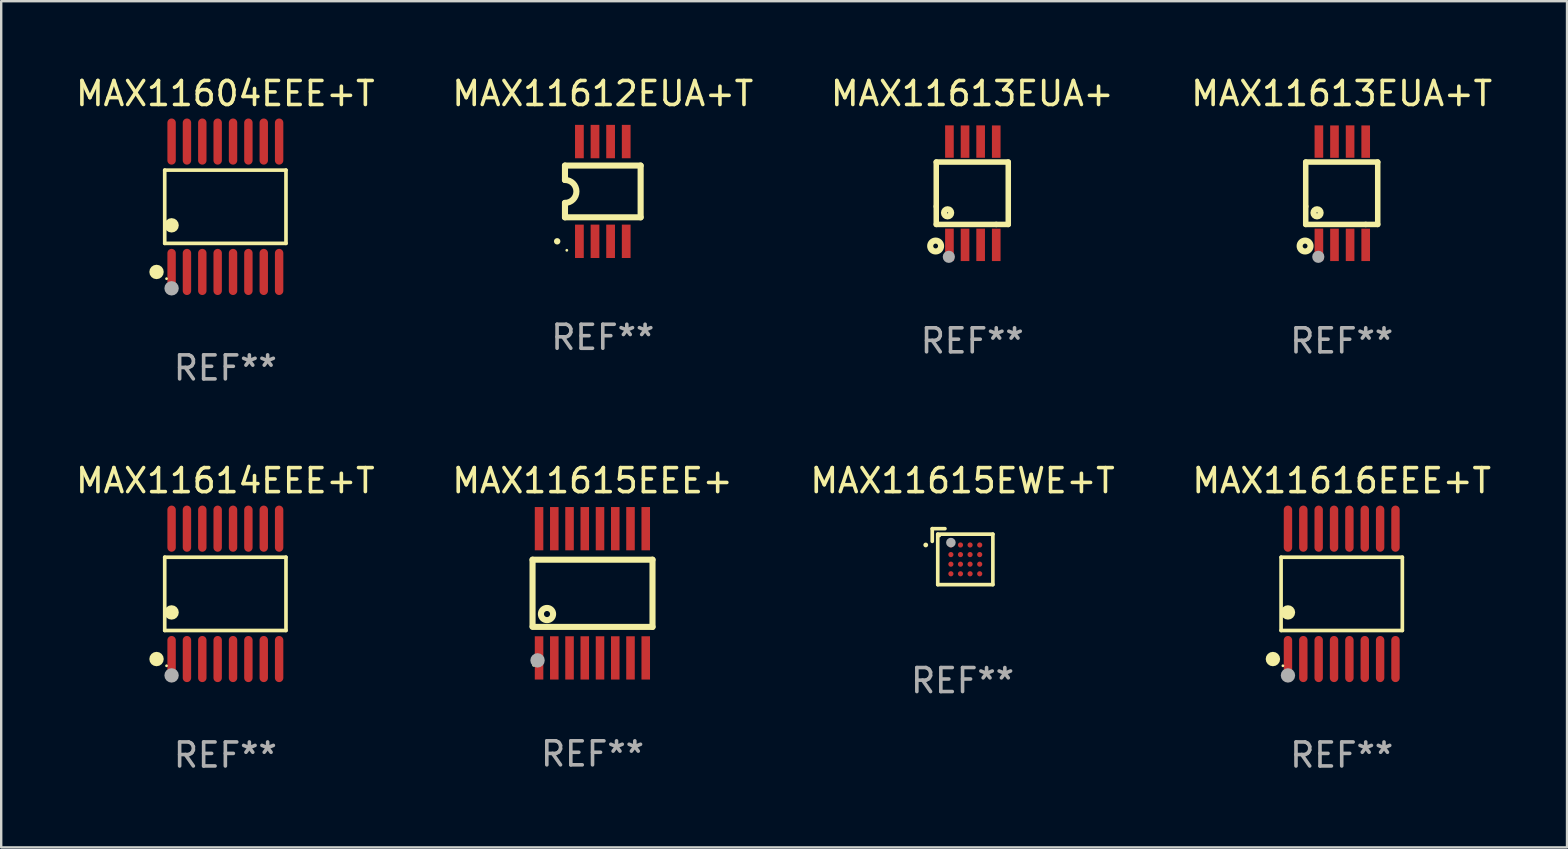
<source format=kicad_pcb>
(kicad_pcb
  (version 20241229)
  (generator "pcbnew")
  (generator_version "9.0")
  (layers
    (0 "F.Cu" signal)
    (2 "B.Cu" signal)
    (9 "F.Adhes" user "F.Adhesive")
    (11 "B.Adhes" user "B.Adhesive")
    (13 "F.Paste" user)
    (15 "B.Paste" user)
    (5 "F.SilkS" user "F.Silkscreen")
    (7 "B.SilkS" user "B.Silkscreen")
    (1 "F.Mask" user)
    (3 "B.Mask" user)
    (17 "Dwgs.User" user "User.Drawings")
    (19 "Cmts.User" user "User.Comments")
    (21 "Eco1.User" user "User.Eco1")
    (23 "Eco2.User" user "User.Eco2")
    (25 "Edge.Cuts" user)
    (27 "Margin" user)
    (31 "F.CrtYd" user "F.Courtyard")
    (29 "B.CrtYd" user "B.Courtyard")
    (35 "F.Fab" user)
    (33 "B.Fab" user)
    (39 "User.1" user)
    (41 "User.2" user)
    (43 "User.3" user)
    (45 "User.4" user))
  (footprint "MAX11613EUA+T"
    (layer "F.Cu")
    (at 52.851 5)
    (property "Reference" "MAX11613EUA+T" (at 0 -4.152 0) (layer "F.SilkS") (effects (font (size 1 1) (thickness 0.15))))
    (attr through_hole)
    (fp_line (start -1.5 1.301) (end 1 1.301) (stroke (width 0.229) (type solid)) (layer "F.SilkS"))
    (fp_line (start -1.5 -1.299) (end -1.5 0.551) (stroke (width 0.229) (type solid)) (layer "F.SilkS"))
    (fp_line (start -1.5 0.551) (end -1.5 1.301) (stroke (width 0.229) (type solid)) (layer "F.SilkS"))
    (fp_line (start 1 1.301) (end 1.5 1.301) (stroke (width 0.229) (type solid)) (layer "F.SilkS"))
    (fp_line (start 1.5 1.301) (end 1.5 -1.299) (stroke (width 0.229) (type solid)) (layer "F.SilkS"))
    (fp_line (start 1.5 -1.299) (end -1.5 -1.299) (stroke (width 0.229) (type solid)) (layer "F.SilkS"))
    (fp_circle (center -1.526 2.2) (end -1.426 2.2) (stroke (width 0.254) (type solid)) (fill no) (layer "F.SilkS"))
    (fp_circle (center -1.476 2.45) (end -1.446 2.45) (stroke (width 0.06) (type solid)) (fill no) (layer "F.SilkS"))
    (fp_circle (center -1.028 0.817) (end -0.878 0.817) (stroke (width 0.254) (type solid)) (fill no) (layer "F.SilkS"))
    (fp_circle (center -0.976 2.65) (end -0.849 2.65) (stroke (width 0.254) (type solid)) (fill no) (layer "F.Fab"))
    (fp_text user "REF**" (at 0 6.152 0) (layer "F.Fab") (effects (font (size 1 1) (thickness 0.15))))
    (pad "1" smd rect (at -0.951 2.15) (size 0.36 1.35) (layers "F.Cu" "F.Mask" "F.Paste"))
    (pad "2" smd rect (at -0.301 2.152) (size 0.36 1.35) (layers "F.Cu" "F.Mask" "F.Paste"))
    (pad "3" smd rect (at 0.349 2.151) (size 0.36 1.35) (layers "F.Cu" "F.Mask" "F.Paste"))
    (pad "4" smd rect (at 0.999 2.152) (size 0.36 1.35) (layers "F.Cu" "F.Mask" "F.Paste"))
    (pad "5" smd rect (at 0.999 -2.149) (size 0.36 1.35) (layers "F.Cu" "F.Mask" "F.Paste"))
    (pad "6" smd rect (at 0.349 -2.152) (size 0.36 1.35) (layers "F.Cu" "F.Mask" "F.Paste"))
    (pad "7" smd rect (at -0.301 -2.149) (size 0.36 1.35) (layers "F.Cu" "F.Mask" "F.Paste"))
    (pad "8" smd rect (at -0.951 -2.152) (size 0.36 1.35) (layers "F.Cu" "F.Mask" "F.Paste")))
  (footprint "MAX11616EEE+T"
    (layer "F.Cu")
    (at 52.851 21.692)
    (property "Reference" "MAX11616EEE+T" (at 0 -4.716 0) (layer "F.SilkS") (effects (font (size 1 1) (thickness 0.15))))
    (attr through_hole)
    (fp_line (start -2.526 -1.526) (end 2.526 -1.526) (stroke (width 0.152) (type solid)) (layer "F.SilkS"))
    (fp_line (start -2.526 1.526) (end -2.526 -1.526) (stroke (width 0.152) (type solid)) (layer "F.SilkS"))
    (fp_line (start 2.526 -1.526) (end 2.526 1.526) (stroke (width 0.152) (type solid)) (layer "F.SilkS"))
    (fp_line (start 2.526 1.526) (end -2.526 1.526) (stroke (width 0.152) (type solid)) (layer "F.SilkS"))
    (fp_circle (center -2.867 2.716) (end -2.717 2.716) (stroke (width 0.3) (type solid)) (fill no) (layer "F.SilkS"))
    (fp_circle (center -2.45 2.997) (end -2.42 2.997) (stroke (width 0.06) (type solid)) (fill no) (layer "F.SilkS"))
    (fp_circle (center -2.24 0.774) (end -2.09 0.774) (stroke (width 0.3) (type solid)) (fill no) (layer "F.SilkS"))
    (fp_circle (center -2.24 3.398) (end -2.09 3.398) (stroke (width 0.3) (type solid)) (fill no) (layer "F.Fab"))
    (fp_text user "REF**" (at 0 6.716 0) (layer "F.Fab") (effects (font (size 1 1) (thickness 0.15))))
    (pad "1" smd oval (at -2.24 2.716) (size 0.35 1.922) (layers "F.Cu" "F.Mask" "F.Paste"))
    (pad "2" smd oval (at -1.6 2.716) (size 0.35 1.922) (layers "F.Cu" "F.Mask" "F.Paste"))
    (pad "3" smd oval (at -0.96 2.716) (size 0.35 1.922) (layers "F.Cu" "F.Mask" "F.Paste"))
    (pad "4" smd oval (at -0.32 2.716) (size 0.35 1.922) (layers "F.Cu" "F.Mask" "F.Paste"))
    (pad "5" smd oval (at 0.32 2.716) (size 0.35 1.922) (layers "F.Cu" "F.Mask" "F.Paste"))
    (pad "6" smd oval (at 0.96 2.716) (size 0.35 1.922) (layers "F.Cu" "F.Mask" "F.Paste"))
    (pad "7" smd oval (at 1.6 2.716) (size 0.35 1.922) (layers "F.Cu" "F.Mask" "F.Paste"))
    (pad "8" smd oval (at 2.24 2.716) (size 0.35 1.922) (layers "F.Cu" "F.Mask" "F.Paste"))
    (pad "9" smd oval (at 2.24 -2.716) (size 0.35 1.922) (layers "F.Cu" "F.Mask" "F.Paste"))
    (pad "10" smd oval (at 1.6 -2.716) (size 0.35 1.922) (layers "F.Cu" "F.Mask" "F.Paste"))
    (pad "11" smd oval (at 0.96 -2.716) (size 0.35 1.922) (layers "F.Cu" "F.Mask" "F.Paste"))
    (pad "12" smd oval (at 0.32 -2.716) (size 0.35 1.922) (layers "F.Cu" "F.Mask" "F.Paste"))
    (pad "13" smd oval (at -0.32 -2.716) (size 0.35 1.922) (layers "F.Cu" "F.Mask" "F.Paste"))
    (pad "14" smd oval (at -0.96 -2.716) (size 0.35 1.922) (layers "F.Cu" "F.Mask" "F.Paste"))
    (pad "15" smd oval (at -1.6 -2.716) (size 0.35 1.922) (layers "F.Cu" "F.Mask" "F.Paste"))
    (pad "16" smd oval (at -2.24 -2.716) (size 0.35 1.922) (layers "F.Cu" "F.Mask" "F.Paste")))
  (footprint "MAX11614EEE+T"
    (layer "F.Cu")
    (at 6.339 21.692)
    (property "Reference" "MAX11614EEE+T" (at 0 -4.716 0) (layer "F.SilkS") (effects (font (size 1 1) (thickness 0.15))))
    (attr through_hole)
    (fp_line (start -2.526 -1.526) (end 2.526 -1.526) (stroke (width 0.152) (type solid)) (layer "F.SilkS"))
    (fp_line (start -2.526 1.526) (end -2.526 -1.526) (stroke (width 0.152) (type solid)) (layer "F.SilkS"))
    (fp_line (start 2.526 -1.526) (end 2.526 1.526) (stroke (width 0.152) (type solid)) (layer "F.SilkS"))
    (fp_line (start 2.526 1.526) (end -2.526 1.526) (stroke (width 0.152) (type solid)) (layer "F.SilkS"))
    (fp_circle (center -2.867 2.716) (end -2.717 2.716) (stroke (width 0.3) (type solid)) (fill no) (layer "F.SilkS"))
    (fp_circle (center -2.45 2.997) (end -2.42 2.997) (stroke (width 0.06) (type solid)) (fill no) (layer "F.SilkS"))
    (fp_circle (center -2.24 0.774) (end -2.09 0.774) (stroke (width 0.3) (type solid)) (fill no) (layer "F.SilkS"))
    (fp_circle (center -2.24 3.398) (end -2.09 3.398) (stroke (width 0.3) (type solid)) (fill no) (layer "F.Fab"))
    (fp_text user "REF**" (at 0 6.716 0) (layer "F.Fab") (effects (font (size 1 1) (thickness 0.15))))
    (pad "1" smd oval (at -2.24 2.716) (size 0.35 1.922) (layers "F.Cu" "F.Mask" "F.Paste"))
    (pad "2" smd oval (at -1.6 2.716) (size 0.35 1.922) (layers "F.Cu" "F.Mask" "F.Paste"))
    (pad "3" smd oval (at -0.96 2.716) (size 0.35 1.922) (layers "F.Cu" "F.Mask" "F.Paste"))
    (pad "4" smd oval (at -0.32 2.716) (size 0.35 1.922) (layers "F.Cu" "F.Mask" "F.Paste"))
    (pad "5" smd oval (at 0.32 2.716) (size 0.35 1.922) (layers "F.Cu" "F.Mask" "F.Paste"))
    (pad "6" smd oval (at 0.96 2.716) (size 0.35 1.922) (layers "F.Cu" "F.Mask" "F.Paste"))
    (pad "7" smd oval (at 1.6 2.716) (size 0.35 1.922) (layers "F.Cu" "F.Mask" "F.Paste"))
    (pad "8" smd oval (at 2.24 2.716) (size 0.35 1.922) (layers "F.Cu" "F.Mask" "F.Paste"))
    (pad "9" smd oval (at 2.24 -2.716) (size 0.35 1.922) (layers "F.Cu" "F.Mask" "F.Paste"))
    (pad "10" smd oval (at 1.6 -2.716) (size 0.35 1.922) (layers "F.Cu" "F.Mask" "F.Paste"))
    (pad "11" smd oval (at 0.96 -2.716) (size 0.35 1.922) (layers "F.Cu" "F.Mask" "F.Paste"))
    (pad "12" smd oval (at 0.32 -2.716) (size 0.35 1.922) (layers "F.Cu" "F.Mask" "F.Paste"))
    (pad "13" smd oval (at -0.32 -2.716) (size 0.35 1.922) (layers "F.Cu" "F.Mask" "F.Paste"))
    (pad "14" smd oval (at -0.96 -2.716) (size 0.35 1.922) (layers "F.Cu" "F.Mask" "F.Paste"))
    (pad "15" smd oval (at -1.6 -2.716) (size 0.35 1.922) (layers "F.Cu" "F.Mask" "F.Paste"))
    (pad "16" smd oval (at -2.24 -2.716) (size 0.35 1.922) (layers "F.Cu" "F.Mask" "F.Paste")))
  (footprint "MAX11613EUA+"
    (layer "F.Cu")
    (at 37.458 5)
    (property "Reference" "MAX11613EUA+" (at 0 -4.152 0) (layer "F.SilkS") (effects (font (size 1 1) (thickness 0.15))))
    (attr through_hole)
    (fp_line (start -1.5 1.301) (end 1 1.301) (stroke (width 0.229) (type solid)) (layer "F.SilkS"))
    (fp_line (start -1.5 -1.299) (end -1.5 0.551) (stroke (width 0.229) (type solid)) (layer "F.SilkS"))
    (fp_line (start -1.5 0.551) (end -1.5 1.301) (stroke (width 0.229) (type solid)) (layer "F.SilkS"))
    (fp_line (start 1 1.301) (end 1.5 1.301) (stroke (width 0.229) (type solid)) (layer "F.SilkS"))
    (fp_line (start 1.5 1.301) (end 1.5 -1.299) (stroke (width 0.229) (type solid)) (layer "F.SilkS"))
    (fp_line (start 1.5 -1.299) (end -1.5 -1.299) (stroke (width 0.229) (type solid)) (layer "F.SilkS"))
    (fp_circle (center -1.526 2.2) (end -1.426 2.2) (stroke (width 0.254) (type solid)) (fill no) (layer "F.SilkS"))
    (fp_circle (center -1.476 2.45) (end -1.446 2.45) (stroke (width 0.06) (type solid)) (fill no) (layer "F.SilkS"))
    (fp_circle (center -1.028 0.817) (end -0.878 0.817) (stroke (width 0.254) (type solid)) (fill no) (layer "F.SilkS"))
    (fp_circle (center -0.976 2.65) (end -0.849 2.65) (stroke (width 0.254) (type solid)) (fill no) (layer "F.Fab"))
    (fp_text user "REF**" (at 0 6.152 0) (layer "F.Fab") (effects (font (size 1 1) (thickness 0.15))))
    (pad "1" smd rect (at -0.951 2.15) (size 0.36 1.35) (layers "F.Cu" "F.Mask" "F.Paste"))
    (pad "2" smd rect (at -0.301 2.152) (size 0.36 1.35) (layers "F.Cu" "F.Mask" "F.Paste"))
    (pad "3" smd rect (at 0.349 2.151) (size 0.36 1.35) (layers "F.Cu" "F.Mask" "F.Paste"))
    (pad "4" smd rect (at 0.999 2.152) (size 0.36 1.35) (layers "F.Cu" "F.Mask" "F.Paste"))
    (pad "5" smd rect (at 0.999 -2.149) (size 0.36 1.35) (layers "F.Cu" "F.Mask" "F.Paste"))
    (pad "6" smd rect (at 0.349 -2.152) (size 0.36 1.35) (layers "F.Cu" "F.Mask" "F.Paste"))
    (pad "7" smd rect (at -0.301 -2.149) (size 0.36 1.35) (layers "F.Cu" "F.Mask" "F.Paste"))
    (pad "8" smd rect (at -0.951 -2.152) (size 0.36 1.35) (layers "F.Cu" "F.Mask" "F.Paste")))
  (footprint "MAX11604EEE+T"
    (layer "F.Cu")
    (at 6.339 5.564)
    (property "Reference" "MAX11604EEE+T" (at 0 -4.716 0) (layer "F.SilkS") (effects (font (size 1 1) (thickness 0.15))))
    (attr through_hole)
    (fp_line (start -2.526 -1.526) (end 2.526 -1.526) (stroke (width 0.152) (type solid)) (layer "F.SilkS"))
    (fp_line (start -2.526 1.526) (end -2.526 -1.526) (stroke (width 0.152) (type solid)) (layer "F.SilkS"))
    (fp_line (start 2.526 -1.526) (end 2.526 1.526) (stroke (width 0.152) (type solid)) (layer "F.SilkS"))
    (fp_line (start 2.526 1.526) (end -2.526 1.526) (stroke (width 0.152) (type solid)) (layer "F.SilkS"))
    (fp_circle (center -2.867 2.716) (end -2.717 2.716) (stroke (width 0.3) (type solid)) (fill no) (layer "F.SilkS"))
    (fp_circle (center -2.45 2.997) (end -2.42 2.997) (stroke (width 0.06) (type solid)) (fill no) (layer "F.SilkS"))
    (fp_circle (center -2.24 0.774) (end -2.09 0.774) (stroke (width 0.3) (type solid)) (fill no) (layer "F.SilkS"))
    (fp_circle (center -2.24 3.398) (end -2.09 3.398) (stroke (width 0.3) (type solid)) (fill no) (layer "F.Fab"))
    (fp_text user "REF**" (at 0 6.716 0) (layer "F.Fab") (effects (font (size 1 1) (thickness 0.15))))
    (pad "1" smd oval (at -2.24 2.716) (size 0.35 1.922) (layers "F.Cu" "F.Mask" "F.Paste"))
    (pad "2" smd oval (at -1.6 2.716) (size 0.35 1.922) (layers "F.Cu" "F.Mask" "F.Paste"))
    (pad "3" smd oval (at -0.96 2.716) (size 0.35 1.922) (layers "F.Cu" "F.Mask" "F.Paste"))
    (pad "4" smd oval (at -0.32 2.716) (size 0.35 1.922) (layers "F.Cu" "F.Mask" "F.Paste"))
    (pad "5" smd oval (at 0.32 2.716) (size 0.35 1.922) (layers "F.Cu" "F.Mask" "F.Paste"))
    (pad "6" smd oval (at 0.96 2.716) (size 0.35 1.922) (layers "F.Cu" "F.Mask" "F.Paste"))
    (pad "7" smd oval (at 1.6 2.716) (size 0.35 1.922) (layers "F.Cu" "F.Mask" "F.Paste"))
    (pad "8" smd oval (at 2.24 2.716) (size 0.35 1.922) (layers "F.Cu" "F.Mask" "F.Paste"))
    (pad "9" smd oval (at 2.24 -2.716) (size 0.35 1.922) (layers "F.Cu" "F.Mask" "F.Paste"))
    (pad "10" smd oval (at 1.6 -2.716) (size 0.35 1.922) (layers "F.Cu" "F.Mask" "F.Paste"))
    (pad "11" smd oval (at 0.96 -2.716) (size 0.35 1.922) (layers "F.Cu" "F.Mask" "F.Paste"))
    (pad "12" smd oval (at 0.32 -2.716) (size 0.35 1.922) (layers "F.Cu" "F.Mask" "F.Paste"))
    (pad "13" smd oval (at -0.32 -2.716) (size 0.35 1.922) (layers "F.Cu" "F.Mask" "F.Paste"))
    (pad "14" smd oval (at -0.96 -2.716) (size 0.35 1.922) (layers "F.Cu" "F.Mask" "F.Paste"))
    (pad "15" smd oval (at -1.6 -2.716) (size 0.35 1.922) (layers "F.Cu" "F.Mask" "F.Paste"))
    (pad "16" smd oval (at -2.24 -2.716) (size 0.35 1.922) (layers "F.Cu" "F.Mask" "F.Paste")))
  (footprint "MAX11615EWE+T"
    (layer "F.Cu")
    (at 37.054 20.142)
    (property "Reference" "MAX11615EWE+T" (at 0 -3.166 0) (layer "F.SilkS") (effects (font (size 1 1) (thickness 0.15))))
    (attr through_hole)
    (fp_line (start -1.263 -1.166) (end -0.734 -1.166) (stroke (width 0.152) (type solid)) (layer "F.SilkS"))
    (fp_line (start -1.263 -0.637) (end -1.263 -1.166) (stroke (width 0.152) (type solid)) (layer "F.SilkS"))
    (fp_line (start -1.034 -0.937) (end 1.263 -0.937) (stroke (width 0.152) (type solid)) (layer "F.SilkS"))
    (fp_line (start -1.034 1.166) (end -1.034 -0.937) (stroke (width 0.152) (type solid)) (layer "F.SilkS"))
    (fp_line (start 1.263 -0.937) (end 1.263 1.166) (stroke (width 0.152) (type solid)) (layer "F.SilkS"))
    (fp_line (start 1.263 1.166) (end -1.034 1.166) (stroke (width 0.152) (type solid)) (layer "F.SilkS"))
    (fp_circle (center -1.534 -0.486) (end -1.484 -0.486) (stroke (width 0.1) (type solid)) (fill no) (layer "F.SilkS"))
    (fp_circle (center -0.958 -0.861) (end -0.928 -0.861) (stroke (width 0.06) (type solid)) (fill no) (layer "F.SilkS"))
    (fp_circle (center -0.486 -0.586) (end -0.386 -0.586) (stroke (width 0.2) (type solid)) (fill no) (layer "F.Fab"))
    (fp_text user "REF**" (at 0 5.166 0) (layer "F.Fab") (effects (font (size 1 1) (thickness 0.15))))
    (pad "A1" smd circle (at -0.486 -0.486) (size 0.216 0.216) (layers "F.Cu" "F.Mask" "F.Paste"))
    (pad "A2" smd circle (at -0.086 -0.486) (size 0.216 0.216) (layers "F.Cu" "F.Mask" "F.Paste"))
    (pad "A3" smd circle (at 0.314 -0.486) (size 0.216 0.216) (layers "F.Cu" "F.Mask" "F.Paste"))
    (pad "A4" smd circle (at 0.714 -0.486) (size 0.216 0.216) (layers "F.Cu" "F.Mask" "F.Paste"))
    (pad "B1" smd circle (at -0.486 -0.086) (size 0.216 0.216) (layers "F.Cu" "F.Mask" "F.Paste"))
    (pad "B2" smd circle (at -0.086 -0.086) (size 0.216 0.216) (layers "F.Cu" "F.Mask" "F.Paste"))
    (pad "B3" smd circle (at 0.314 -0.086) (size 0.216 0.216) (layers "F.Cu" "F.Mask" "F.Paste"))
    (pad "B4" smd circle (at 0.714 -0.086) (size 0.216 0.216) (layers "F.Cu" "F.Mask" "F.Paste"))
    (pad "C1" smd circle (at -0.486 0.314) (size 0.216 0.216) (layers "F.Cu" "F.Mask" "F.Paste"))
    (pad "C2" smd circle (at -0.086 0.314) (size 0.216 0.216) (layers "F.Cu" "F.Mask" "F.Paste"))
    (pad "C3" smd circle (at 0.314 0.314) (size 0.216 0.216) (layers "F.Cu" "F.Mask" "F.Paste"))
    (pad "C4" smd circle (at 0.714 0.314) (size 0.216 0.216) (layers "F.Cu" "F.Mask" "F.Paste"))
    (pad "D1" smd circle (at -0.486 0.714) (size 0.216 0.216) (layers "F.Cu" "F.Mask" "F.Paste"))
    (pad "D2" smd circle (at -0.086 0.714) (size 0.216 0.216) (layers "F.Cu" "F.Mask" "F.Paste"))
    (pad "D3" smd circle (at 0.314 0.714) (size 0.216 0.216) (layers "F.Cu" "F.Mask" "F.Paste"))
    (pad "D4" smd circle (at 0.714 0.714) (size 0.216 0.216) (layers "F.Cu" "F.Mask" "F.Paste")))
  (footprint "MAX11612EUA+T"
    (layer "F.Cu")
    (at 22.065 4.926)
    (property "Reference" "MAX11612EUA+T" (at 0 -4.078 0) (layer "F.SilkS") (effects (font (size 1 1) (thickness 0.15))))
    (attr through_hole)
    (fp_line (start -1.576 -1.078) (end -1.576 -0.478) (stroke (width 0.254) (type solid)) (layer "F.SilkS"))
    (fp_line (start -1.576 -1.078) (end 1.576 -1.078) (stroke (width 0.254) (type solid)) (layer "F.SilkS"))
    (fp_line (start -1.576 1.078) (end -1.576 0.478) (stroke (width 0.254) (type solid)) (layer "F.SilkS"))
    (fp_line (start 1.576 -1.078) (end 1.576 1.078) (stroke (width 0.254) (type solid)) (layer "F.SilkS"))
    (fp_line (start 1.576 1.078) (end -1.576 1.078) (stroke (width 0.254) (type solid)) (layer "F.SilkS"))
    (fp_arc (start -1.577343 -0.47752) (mid -1.099721 -0.000481) (end -1.5762 0.477699) (stroke (width 0.254001) (type solid)) (layer "F.SilkS"))
    (fp_circle (center -1.901 2.078) (end -1.834 2.078) (stroke (width 0.134) (type solid)) (fill no) (layer "F.SilkS"))
    (fp_circle (center -1.5 2.452) (end -1.47 2.452) (stroke (width 0.06) (type solid)) (fill no) (layer "F.SilkS"))
    (fp_text user "REF**" (at 0 6.078 0) (layer "F.Fab") (effects (font (size 1 1) (thickness 0.15))))
    (pad "1" smd rect (at -0.975 2.078) (size 0.364 1.391) (layers "F.Cu" "F.Mask" "F.Paste"))
    (pad "2" smd rect (at -0.325 2.078) (size 0.364 1.391) (layers "F.Cu" "F.Mask" "F.Paste"))
    (pad "3" smd rect (at 0.325 2.078) (size 0.364 1.391) (layers "F.Cu" "F.Mask" "F.Paste"))
    (pad "4" smd rect (at 0.975 2.078) (size 0.364 1.391) (layers "F.Cu" "F.Mask" "F.Paste"))
    (pad "5" smd rect (at 0.975 -2.078) (size 0.364 1.391) (layers "F.Cu" "F.Mask" "F.Paste"))
    (pad "6" smd rect (at 0.325 -2.078) (size 0.364 1.391) (layers "F.Cu" "F.Mask" "F.Paste"))
    (pad "7" smd rect (at -0.325 -2.078) (size 0.364 1.391) (layers "F.Cu" "F.Mask" "F.Paste"))
    (pad "8" smd rect (at -0.975 -2.078) (size 0.364 1.391) (layers "F.Cu" "F.Mask" "F.Paste")))
  (footprint "MAX11615EEE+"
    (layer "F.Cu")
    (at 21.637 21.669)
    (property "Reference" "MAX11615EEE+" (at 0 -4.692 0) (layer "F.SilkS") (effects (font (size 1 1) (thickness 0.15))))
    (attr through_hole)
    (fp_line (start -2.499 1.372) (end -2.499 -1.4) (stroke (width 0.254) (type solid)) (layer "F.SilkS"))
    (fp_line (start 2.499 -1.4) (end -2.499 -1.4) (stroke (width 0.254) (type solid)) (layer "F.SilkS"))
    (fp_line (start 2.499 1.4) (end -2.499 1.4) (stroke (width 0.254) (type solid)) (layer "F.SilkS"))
    (fp_line (start 2.499 1.4) (end 2.499 -1.4) (stroke (width 0.254) (type solid)) (layer "F.SilkS"))
    (fp_circle (center -2.455 3) (end -2.425 3) (stroke (width 0.06) (type solid)) (fill no) (layer "F.SilkS"))
    (fp_circle (center -1.897 0.864) (end -1.643 0.864) (stroke (width 0.254) (type solid)) (fill no) (layer "F.SilkS"))
    (fp_circle (center -2.291 2.794) (end -2.141 2.794) (stroke (width 0.3) (type solid)) (fill no) (layer "F.Fab"))
    (fp_text user "REF**" (at 0 6.692 0) (layer "F.Fab") (effects (font (size 1 1) (thickness 0.15))))
    (pad "1" smd rect (at -2.228 2.692 90) (size 1.803 0.356) (layers "F.Cu" "F.Mask" "F.Paste"))
    (pad "2" smd rect (at -1.593 2.692 90) (size 1.803 0.356) (layers "F.Cu" "F.Mask" "F.Paste"))
    (pad "3" smd rect (at -0.958 2.692 90) (size 1.803 0.356) (layers "F.Cu" "F.Mask" "F.Paste"))
    (pad "4" smd rect (at -0.323 2.692 90) (size 1.803 0.356) (layers "F.Cu" "F.Mask" "F.Paste"))
    (pad "5" smd rect (at 0.312 2.692 90) (size 1.803 0.356) (layers "F.Cu" "F.Mask" "F.Paste"))
    (pad "6" smd rect (at 0.947 2.692 90) (size 1.803 0.356) (layers "F.Cu" "F.Mask" "F.Paste"))
    (pad "7" smd rect (at 1.582 2.692 90) (size 1.803 0.356) (layers "F.Cu" "F.Mask" "F.Paste"))
    (pad "8" smd rect (at 2.217 2.692 90) (size 1.803 0.356) (layers "F.Cu" "F.Mask" "F.Paste"))
    (pad "9" smd rect (at 2.217 -2.692 90) (size 1.803 0.356) (layers "F.Cu" "F.Mask" "F.Paste"))
    (pad "10" smd rect (at 1.582 -2.692 90) (size 1.803 0.356) (layers "F.Cu" "F.Mask" "F.Paste"))
    (pad "11" smd rect (at 0.947 -2.692 90) (size 1.803 0.356) (layers "F.Cu" "F.Mask" "F.Paste"))
    (pad "12" smd rect (at 0.312 -2.692 90) (size 1.803 0.356) (layers "F.Cu" "F.Mask" "F.Paste"))
    (pad "13" smd rect (at -0.323 -2.692 90) (size 1.803 0.356) (layers "F.Cu" "F.Mask" "F.Paste"))
    (pad "14" smd rect (at -0.958 -2.692 90) (size 1.803 0.356) (layers "F.Cu" "F.Mask" "F.Paste"))
    (pad "15" smd rect (at -1.593 -2.692 90) (size 1.803 0.356) (layers "F.Cu" "F.Mask" "F.Paste"))
    (pad "16" smd rect (at -2.228 -2.692 90) (size 1.803 0.356) (layers "F.Cu" "F.Mask" "F.Paste")))
  (gr_rect
    (start -3 -3)
    (end 62.238 32.256)
    (stroke (width 0.1) (type default))
    (fill no)
    (layer "Edge.Cuts")))
</source>
